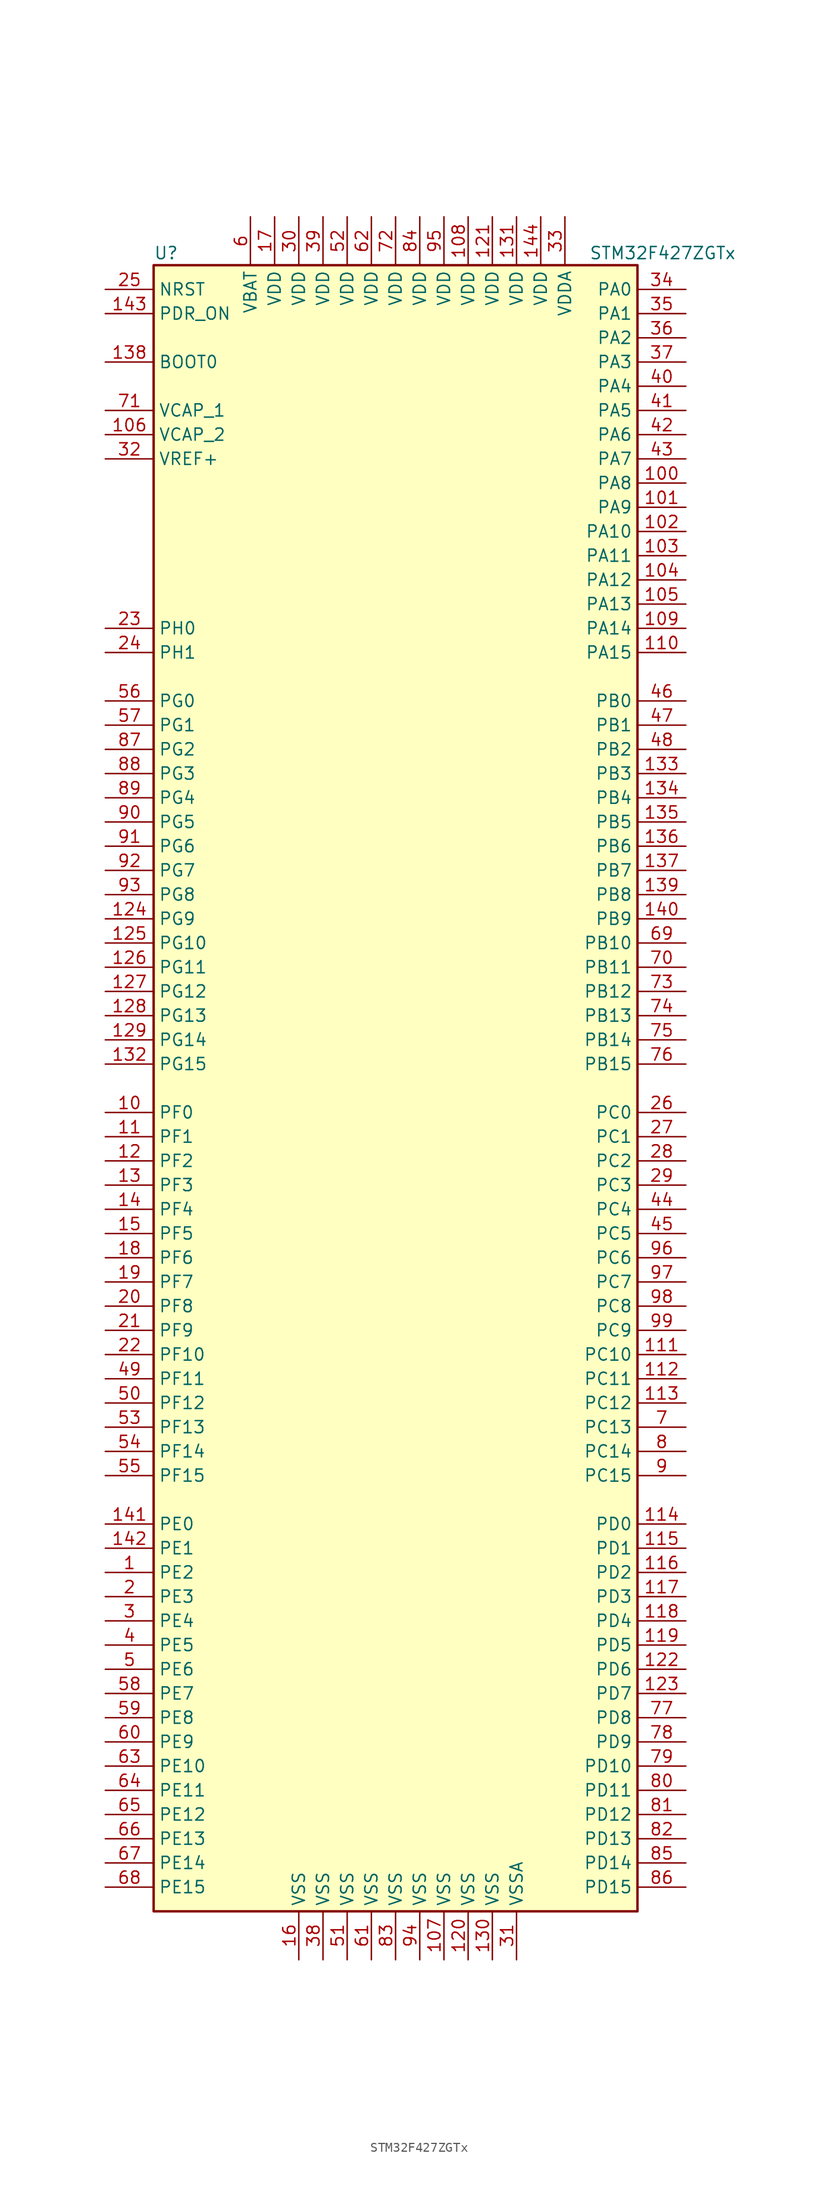
<source format=kicad_sym>
(kicad_symbol_lib
  (version 20201005)
  (generator kicad_symbol_editor)
  (symbol "STM32F427ZGTx"
    (property "Reference" "U"
      (at -25.4 87.63 0)
      (effects (font (size 1.27 1.27)) (justify left)))
    (property "Value" "STM32F427ZGTx"
      (at 20.32 87.63 0)
      (effects (font (size 1.27 1.27)) (justify left)))
    (symbol "STM32F427ZGTx_0_1"
      (rectangle (start -25.4 -86.36) (end 25.4 86.36) (stroke (width 0.254)) (fill (type background))))
    (symbol "STM32F427ZGTx_1_1"
      (pin bidirectional line (at -30.48 -50.8 0) (length 5.08) (name "PE2" (effects (font (size 1.27 1.27)))) (number "1" (effects (font (size 1.27 1.27)))))
      (pin bidirectional line (at -30.48 -2.54 0) (length 5.08) (name "PF0" (effects (font (size 1.27 1.27)))) (number "10" (effects (font (size 1.27 1.27)))))
      (pin bidirectional line (at 30.48 63.5 180) (length 5.08) (name "PA8" (effects (font (size 1.27 1.27)))) (number "100" (effects (font (size 1.27 1.27)))))
      (pin bidirectional line (at 30.48 60.96 180) (length 5.08) (name "PA9" (effects (font (size 1.27 1.27)))) (number "101" (effects (font (size 1.27 1.27)))))
      (pin bidirectional line (at 30.48 58.42 180) (length 5.08) (name "PA10" (effects (font (size 1.27 1.27)))) (number "102" (effects (font (size 1.27 1.27)))))
      (pin bidirectional line (at 30.48 55.88 180) (length 5.08) (name "PA11" (effects (font (size 1.27 1.27)))) (number "103" (effects (font (size 1.27 1.27)))))
      (pin bidirectional line (at 30.48 53.34 180) (length 5.08) (name "PA12" (effects (font (size 1.27 1.27)))) (number "104" (effects (font (size 1.27 1.27)))))
      (pin bidirectional line (at 30.48 50.8 180) (length 5.08) (name "PA13" (effects (font (size 1.27 1.27)))) (number "105" (effects (font (size 1.27 1.27)))))
      (pin power_in line (at -30.48 68.58 0) (length 5.08) (name "VCAP_2" (effects (font (size 1.27 1.27)))) (number "106" (effects (font (size 1.27 1.27)))))
      (pin power_in line (at 5.08 -91.44 90) (length 5.08) (name "VSS" (effects (font (size 1.27 1.27)))) (number "107" (effects (font (size 1.27 1.27)))))
      (pin power_in line (at 7.62 91.44 270) (length 5.08) (name "VDD" (effects (font (size 1.27 1.27)))) (number "108" (effects (font (size 1.27 1.27)))))
      (pin bidirectional line (at 30.48 48.26 180) (length 5.08) (name "PA14" (effects (font (size 1.27 1.27)))) (number "109" (effects (font (size 1.27 1.27)))))
      (pin bidirectional line (at -30.48 -5.08 0) (length 5.08) (name "PF1" (effects (font (size 1.27 1.27)))) (number "11" (effects (font (size 1.27 1.27)))))
      (pin bidirectional line (at 30.48 45.72 180) (length 5.08) (name "PA15" (effects (font (size 1.27 1.27)))) (number "110" (effects (font (size 1.27 1.27)))))
      (pin bidirectional line (at 30.48 -27.94 180) (length 5.08) (name "PC10" (effects (font (size 1.27 1.27)))) (number "111" (effects (font (size 1.27 1.27)))))
      (pin bidirectional line (at 30.48 -30.48 180) (length 5.08) (name "PC11" (effects (font (size 1.27 1.27)))) (number "112" (effects (font (size 1.27 1.27)))))
      (pin bidirectional line (at 30.48 -33.02 180) (length 5.08) (name "PC12" (effects (font (size 1.27 1.27)))) (number "113" (effects (font (size 1.27 1.27)))))
      (pin bidirectional line (at 30.48 -45.72 180) (length 5.08) (name "PD0" (effects (font (size 1.27 1.27)))) (number "114" (effects (font (size 1.27 1.27)))))
      (pin bidirectional line (at 30.48 -48.26 180) (length 5.08) (name "PD1" (effects (font (size 1.27 1.27)))) (number "115" (effects (font (size 1.27 1.27)))))
      (pin bidirectional line (at 30.48 -50.8 180) (length 5.08) (name "PD2" (effects (font (size 1.27 1.27)))) (number "116" (effects (font (size 1.27 1.27)))))
      (pin bidirectional line (at 30.48 -53.34 180) (length 5.08) (name "PD3" (effects (font (size 1.27 1.27)))) (number "117" (effects (font (size 1.27 1.27)))))
      (pin bidirectional line (at 30.48 -55.88 180) (length 5.08) (name "PD4" (effects (font (size 1.27 1.27)))) (number "118" (effects (font (size 1.27 1.27)))))
      (pin bidirectional line (at 30.48 -58.42 180) (length 5.08) (name "PD5" (effects (font (size 1.27 1.27)))) (number "119" (effects (font (size 1.27 1.27)))))
      (pin bidirectional line (at -30.48 -7.62 0) (length 5.08) (name "PF2" (effects (font (size 1.27 1.27)))) (number "12" (effects (font (size 1.27 1.27)))))
      (pin power_in line (at 7.62 -91.44 90) (length 5.08) (name "VSS" (effects (font (size 1.27 1.27)))) (number "120" (effects (font (size 1.27 1.27)))))
      (pin power_in line (at 10.16 91.44 270) (length 5.08) (name "VDD" (effects (font (size 1.27 1.27)))) (number "121" (effects (font (size 1.27 1.27)))))
      (pin bidirectional line (at 30.48 -60.96 180) (length 5.08) (name "PD6" (effects (font (size 1.27 1.27)))) (number "122" (effects (font (size 1.27 1.27)))))
      (pin bidirectional line (at 30.48 -63.5 180) (length 5.08) (name "PD7" (effects (font (size 1.27 1.27)))) (number "123" (effects (font (size 1.27 1.27)))))
      (pin bidirectional line (at -30.48 17.78 0) (length 5.08) (name "PG9" (effects (font (size 1.27 1.27)))) (number "124" (effects (font (size 1.27 1.27)))))
      (pin bidirectional line (at -30.48 15.24 0) (length 5.08) (name "PG10" (effects (font (size 1.27 1.27)))) (number "125" (effects (font (size 1.27 1.27)))))
      (pin bidirectional line (at -30.48 12.7 0) (length 5.08) (name "PG11" (effects (font (size 1.27 1.27)))) (number "126" (effects (font (size 1.27 1.27)))))
      (pin bidirectional line (at -30.48 10.16 0) (length 5.08) (name "PG12" (effects (font (size 1.27 1.27)))) (number "127" (effects (font (size 1.27 1.27)))))
      (pin bidirectional line (at -30.48 7.62 0) (length 5.08) (name "PG13" (effects (font (size 1.27 1.27)))) (number "128" (effects (font (size 1.27 1.27)))))
      (pin bidirectional line (at -30.48 5.08 0) (length 5.08) (name "PG14" (effects (font (size 1.27 1.27)))) (number "129" (effects (font (size 1.27 1.27)))))
      (pin bidirectional line (at -30.48 -10.16 0) (length 5.08) (name "PF3" (effects (font (size 1.27 1.27)))) (number "13" (effects (font (size 1.27 1.27)))))
      (pin power_in line (at 10.16 -91.44 90) (length 5.08) (name "VSS" (effects (font (size 1.27 1.27)))) (number "130" (effects (font (size 1.27 1.27)))))
      (pin power_in line (at 12.7 91.44 270) (length 5.08) (name "VDD" (effects (font (size 1.27 1.27)))) (number "131" (effects (font (size 1.27 1.27)))))
      (pin bidirectional line (at -30.48 2.54 0) (length 5.08) (name "PG15" (effects (font (size 1.27 1.27)))) (number "132" (effects (font (size 1.27 1.27)))))
      (pin bidirectional line (at 30.48 33.02 180) (length 5.08) (name "PB3" (effects (font (size 1.27 1.27)))) (number "133" (effects (font (size 1.27 1.27)))))
      (pin bidirectional line (at 30.48 30.48 180) (length 5.08) (name "PB4" (effects (font (size 1.27 1.27)))) (number "134" (effects (font (size 1.27 1.27)))))
      (pin bidirectional line (at 30.48 27.94 180) (length 5.08) (name "PB5" (effects (font (size 1.27 1.27)))) (number "135" (effects (font (size 1.27 1.27)))))
      (pin bidirectional line (at 30.48 25.4 180) (length 5.08) (name "PB6" (effects (font (size 1.27 1.27)))) (number "136" (effects (font (size 1.27 1.27)))))
      (pin bidirectional line (at 30.48 22.86 180) (length 5.08) (name "PB7" (effects (font (size 1.27 1.27)))) (number "137" (effects (font (size 1.27 1.27)))))
      (pin input line (at -30.48 76.2 0) (length 5.08) (name "BOOT0" (effects (font (size 1.27 1.27)))) (number "138" (effects (font (size 1.27 1.27)))))
      (pin bidirectional line (at 30.48 20.32 180) (length 5.08) (name "PB8" (effects (font (size 1.27 1.27)))) (number "139" (effects (font (size 1.27 1.27)))))
      (pin bidirectional line (at -30.48 -12.7 0) (length 5.08) (name "PF4" (effects (font (size 1.27 1.27)))) (number "14" (effects (font (size 1.27 1.27)))))
      (pin bidirectional line (at 30.48 17.78 180) (length 5.08) (name "PB9" (effects (font (size 1.27 1.27)))) (number "140" (effects (font (size 1.27 1.27)))))
      (pin bidirectional line (at -30.48 -45.72 0) (length 5.08) (name "PE0" (effects (font (size 1.27 1.27)))) (number "141" (effects (font (size 1.27 1.27)))))
      (pin bidirectional line (at -30.48 -48.26 0) (length 5.08) (name "PE1" (effects (font (size 1.27 1.27)))) (number "142" (effects (font (size 1.27 1.27)))))
      (pin input line (at -30.48 81.28 0) (length 5.08) (name "PDR_ON" (effects (font (size 1.27 1.27)))) (number "143" (effects (font (size 1.27 1.27)))))
      (pin power_in line (at 15.24 91.44 270) (length 5.08) (name "VDD" (effects (font (size 1.27 1.27)))) (number "144" (effects (font (size 1.27 1.27)))))
      (pin bidirectional line (at -30.48 -15.24 0) (length 5.08) (name "PF5" (effects (font (size 1.27 1.27)))) (number "15" (effects (font (size 1.27 1.27)))))
      (pin power_in line (at -10.16 -91.44 90) (length 5.08) (name "VSS" (effects (font (size 1.27 1.27)))) (number "16" (effects (font (size 1.27 1.27)))))
      (pin power_in line (at -12.7 91.44 270) (length 5.08) (name "VDD" (effects (font (size 1.27 1.27)))) (number "17" (effects (font (size 1.27 1.27)))))
      (pin bidirectional line (at -30.48 -17.78 0) (length 5.08) (name "PF6" (effects (font (size 1.27 1.27)))) (number "18" (effects (font (size 1.27 1.27)))))
      (pin bidirectional line (at -30.48 -20.32 0) (length 5.08) (name "PF7" (effects (font (size 1.27 1.27)))) (number "19" (effects (font (size 1.27 1.27)))))
      (pin bidirectional line (at -30.48 -53.34 0) (length 5.08) (name "PE3" (effects (font (size 1.27 1.27)))) (number "2" (effects (font (size 1.27 1.27)))))
      (pin bidirectional line (at -30.48 -22.86 0) (length 5.08) (name "PF8" (effects (font (size 1.27 1.27)))) (number "20" (effects (font (size 1.27 1.27)))))
      (pin bidirectional line (at -30.48 -25.4 0) (length 5.08) (name "PF9" (effects (font (size 1.27 1.27)))) (number "21" (effects (font (size 1.27 1.27)))))
      (pin bidirectional line (at -30.48 -27.94 0) (length 5.08) (name "PF10" (effects (font (size 1.27 1.27)))) (number "22" (effects (font (size 1.27 1.27)))))
      (pin input line (at -30.48 48.26 0) (length 5.08) (name "PH0" (effects (font (size 1.27 1.27)))) (number "23" (effects (font (size 1.27 1.27)))))
      (pin input line (at -30.48 45.72 0) (length 5.08) (name "PH1" (effects (font (size 1.27 1.27)))) (number "24" (effects (font (size 1.27 1.27)))))
      (pin input line (at -30.48 83.82 0) (length 5.08) (name "NRST" (effects (font (size 1.27 1.27)))) (number "25" (effects (font (size 1.27 1.27)))))
      (pin bidirectional line (at 30.48 -2.54 180) (length 5.08) (name "PC0" (effects (font (size 1.27 1.27)))) (number "26" (effects (font (size 1.27 1.27)))))
      (pin bidirectional line (at 30.48 -5.08 180) (length 5.08) (name "PC1" (effects (font (size 1.27 1.27)))) (number "27" (effects (font (size 1.27 1.27)))))
      (pin bidirectional line (at 30.48 -7.62 180) (length 5.08) (name "PC2" (effects (font (size 1.27 1.27)))) (number "28" (effects (font (size 1.27 1.27)))))
      (pin bidirectional line (at 30.48 -10.16 180) (length 5.08) (name "PC3" (effects (font (size 1.27 1.27)))) (number "29" (effects (font (size 1.27 1.27)))))
      (pin bidirectional line (at -30.48 -55.88 0) (length 5.08) (name "PE4" (effects (font (size 1.27 1.27)))) (number "3" (effects (font (size 1.27 1.27)))))
      (pin power_in line (at -10.16 91.44 270) (length 5.08) (name "VDD" (effects (font (size 1.27 1.27)))) (number "30" (effects (font (size 1.27 1.27)))))
      (pin power_in line (at 12.7 -91.44 90) (length 5.08) (name "VSSA" (effects (font (size 1.27 1.27)))) (number "31" (effects (font (size 1.27 1.27)))))
      (pin power_in line (at -30.48 66.04 0) (length 5.08) (name "VREF+" (effects (font (size 1.27 1.27)))) (number "32" (effects (font (size 1.27 1.27)))))
      (pin power_in line (at 17.78 91.44 270) (length 5.08) (name "VDDA" (effects (font (size 1.27 1.27)))) (number "33" (effects (font (size 1.27 1.27)))))
      (pin bidirectional line (at 30.48 83.82 180) (length 5.08) (name "PA0" (effects (font (size 1.27 1.27)))) (number "34" (effects (font (size 1.27 1.27)))))
      (pin bidirectional line (at 30.48 81.28 180) (length 5.08) (name "PA1" (effects (font (size 1.27 1.27)))) (number "35" (effects (font (size 1.27 1.27)))))
      (pin bidirectional line (at 30.48 78.74 180) (length 5.08) (name "PA2" (effects (font (size 1.27 1.27)))) (number "36" (effects (font (size 1.27 1.27)))))
      (pin bidirectional line (at 30.48 76.2 180) (length 5.08) (name "PA3" (effects (font (size 1.27 1.27)))) (number "37" (effects (font (size 1.27 1.27)))))
      (pin power_in line (at -7.62 -91.44 90) (length 5.08) (name "VSS" (effects (font (size 1.27 1.27)))) (number "38" (effects (font (size 1.27 1.27)))))
      (pin power_in line (at -7.62 91.44 270) (length 5.08) (name "VDD" (effects (font (size 1.27 1.27)))) (number "39" (effects (font (size 1.27 1.27)))))
      (pin bidirectional line (at -30.48 -58.42 0) (length 5.08) (name "PE5" (effects (font (size 1.27 1.27)))) (number "4" (effects (font (size 1.27 1.27)))))
      (pin bidirectional line (at 30.48 73.66 180) (length 5.08) (name "PA4" (effects (font (size 1.27 1.27)))) (number "40" (effects (font (size 1.27 1.27)))))
      (pin bidirectional line (at 30.48 71.12 180) (length 5.08) (name "PA5" (effects (font (size 1.27 1.27)))) (number "41" (effects (font (size 1.27 1.27)))))
      (pin bidirectional line (at 30.48 68.58 180) (length 5.08) (name "PA6" (effects (font (size 1.27 1.27)))) (number "42" (effects (font (size 1.27 1.27)))))
      (pin bidirectional line (at 30.48 66.04 180) (length 5.08) (name "PA7" (effects (font (size 1.27 1.27)))) (number "43" (effects (font (size 1.27 1.27)))))
      (pin bidirectional line (at 30.48 -12.7 180) (length 5.08) (name "PC4" (effects (font (size 1.27 1.27)))) (number "44" (effects (font (size 1.27 1.27)))))
      (pin bidirectional line (at 30.48 -15.24 180) (length 5.08) (name "PC5" (effects (font (size 1.27 1.27)))) (number "45" (effects (font (size 1.27 1.27)))))
      (pin bidirectional line (at 30.48 40.64 180) (length 5.08) (name "PB0" (effects (font (size 1.27 1.27)))) (number "46" (effects (font (size 1.27 1.27)))))
      (pin bidirectional line (at 30.48 38.1 180) (length 5.08) (name "PB1" (effects (font (size 1.27 1.27)))) (number "47" (effects (font (size 1.27 1.27)))))
      (pin bidirectional line (at 30.48 35.56 180) (length 5.08) (name "PB2" (effects (font (size 1.27 1.27)))) (number "48" (effects (font (size 1.27 1.27)))))
      (pin bidirectional line (at -30.48 -30.48 0) (length 5.08) (name "PF11" (effects (font (size 1.27 1.27)))) (number "49" (effects (font (size 1.27 1.27)))))
      (pin bidirectional line (at -30.48 -60.96 0) (length 5.08) (name "PE6" (effects (font (size 1.27 1.27)))) (number "5" (effects (font (size 1.27 1.27)))))
      (pin bidirectional line (at -30.48 -33.02 0) (length 5.08) (name "PF12" (effects (font (size 1.27 1.27)))) (number "50" (effects (font (size 1.27 1.27)))))
      (pin power_in line (at -5.08 -91.44 90) (length 5.08) (name "VSS" (effects (font (size 1.27 1.27)))) (number "51" (effects (font (size 1.27 1.27)))))
      (pin power_in line (at -5.08 91.44 270) (length 5.08) (name "VDD" (effects (font (size 1.27 1.27)))) (number "52" (effects (font (size 1.27 1.27)))))
      (pin bidirectional line (at -30.48 -35.56 0) (length 5.08) (name "PF13" (effects (font (size 1.27 1.27)))) (number "53" (effects (font (size 1.27 1.27)))))
      (pin bidirectional line (at -30.48 -38.1 0) (length 5.08) (name "PF14" (effects (font (size 1.27 1.27)))) (number "54" (effects (font (size 1.27 1.27)))))
      (pin bidirectional line (at -30.48 -40.64 0) (length 5.08) (name "PF15" (effects (font (size 1.27 1.27)))) (number "55" (effects (font (size 1.27 1.27)))))
      (pin bidirectional line (at -30.48 40.64 0) (length 5.08) (name "PG0" (effects (font (size 1.27 1.27)))) (number "56" (effects (font (size 1.27 1.27)))))
      (pin bidirectional line (at -30.48 38.1 0) (length 5.08) (name "PG1" (effects (font (size 1.27 1.27)))) (number "57" (effects (font (size 1.27 1.27)))))
      (pin bidirectional line (at -30.48 -63.5 0) (length 5.08) (name "PE7" (effects (font (size 1.27 1.27)))) (number "58" (effects (font (size 1.27 1.27)))))
      (pin bidirectional line (at -30.48 -66.04 0) (length 5.08) (name "PE8" (effects (font (size 1.27 1.27)))) (number "59" (effects (font (size 1.27 1.27)))))
      (pin power_in line (at -15.24 91.44 270) (length 5.08) (name "VBAT" (effects (font (size 1.27 1.27)))) (number "6" (effects (font (size 1.27 1.27)))))
      (pin bidirectional line (at -30.48 -68.58 0) (length 5.08) (name "PE9" (effects (font (size 1.27 1.27)))) (number "60" (effects (font (size 1.27 1.27)))))
      (pin power_in line (at -2.54 -91.44 90) (length 5.08) (name "VSS" (effects (font (size 1.27 1.27)))) (number "61" (effects (font (size 1.27 1.27)))))
      (pin power_in line (at -2.54 91.44 270) (length 5.08) (name "VDD" (effects (font (size 1.27 1.27)))) (number "62" (effects (font (size 1.27 1.27)))))
      (pin bidirectional line (at -30.48 -71.12 0) (length 5.08) (name "PE10" (effects (font (size 1.27 1.27)))) (number "63" (effects (font (size 1.27 1.27)))))
      (pin bidirectional line (at -30.48 -73.66 0) (length 5.08) (name "PE11" (effects (font (size 1.27 1.27)))) (number "64" (effects (font (size 1.27 1.27)))))
      (pin bidirectional line (at -30.48 -76.2 0) (length 5.08) (name "PE12" (effects (font (size 1.27 1.27)))) (number "65" (effects (font (size 1.27 1.27)))))
      (pin bidirectional line (at -30.48 -78.74 0) (length 5.08) (name "PE13" (effects (font (size 1.27 1.27)))) (number "66" (effects (font (size 1.27 1.27)))))
      (pin bidirectional line (at -30.48 -81.28 0) (length 5.08) (name "PE14" (effects (font (size 1.27 1.27)))) (number "67" (effects (font (size 1.27 1.27)))))
      (pin bidirectional line (at -30.48 -83.82 0) (length 5.08) (name "PE15" (effects (font (size 1.27 1.27)))) (number "68" (effects (font (size 1.27 1.27)))))
      (pin bidirectional line (at 30.48 15.24 180) (length 5.08) (name "PB10" (effects (font (size 1.27 1.27)))) (number "69" (effects (font (size 1.27 1.27)))))
      (pin bidirectional line (at 30.48 -35.56 180) (length 5.08) (name "PC13" (effects (font (size 1.27 1.27)))) (number "7" (effects (font (size 1.27 1.27)))))
      (pin bidirectional line (at 30.48 12.7 180) (length 5.08) (name "PB11" (effects (font (size 1.27 1.27)))) (number "70" (effects (font (size 1.27 1.27)))))
      (pin power_in line (at -30.48 71.12 0) (length 5.08) (name "VCAP_1" (effects (font (size 1.27 1.27)))) (number "71" (effects (font (size 1.27 1.27)))))
      (pin power_in line (at 0 91.44 270) (length 5.08) (name "VDD" (effects (font (size 1.27 1.27)))) (number "72" (effects (font (size 1.27 1.27)))))
      (pin bidirectional line (at 30.48 10.16 180) (length 5.08) (name "PB12" (effects (font (size 1.27 1.27)))) (number "73" (effects (font (size 1.27 1.27)))))
      (pin bidirectional line (at 30.48 7.62 180) (length 5.08) (name "PB13" (effects (font (size 1.27 1.27)))) (number "74" (effects (font (size 1.27 1.27)))))
      (pin bidirectional line (at 30.48 5.08 180) (length 5.08) (name "PB14" (effects (font (size 1.27 1.27)))) (number "75" (effects (font (size 1.27 1.27)))))
      (pin bidirectional line (at 30.48 2.54 180) (length 5.08) (name "PB15" (effects (font (size 1.27 1.27)))) (number "76" (effects (font (size 1.27 1.27)))))
      (pin bidirectional line (at 30.48 -66.04 180) (length 5.08) (name "PD8" (effects (font (size 1.27 1.27)))) (number "77" (effects (font (size 1.27 1.27)))))
      (pin bidirectional line (at 30.48 -68.58 180) (length 5.08) (name "PD9" (effects (font (size 1.27 1.27)))) (number "78" (effects (font (size 1.27 1.27)))))
      (pin bidirectional line (at 30.48 -71.12 180) (length 5.08) (name "PD10" (effects (font (size 1.27 1.27)))) (number "79" (effects (font (size 1.27 1.27)))))
      (pin bidirectional line (at 30.48 -38.1 180) (length 5.08) (name "PC14" (effects (font (size 1.27 1.27)))) (number "8" (effects (font (size 1.27 1.27)))))
      (pin bidirectional line (at 30.48 -73.66 180) (length 5.08) (name "PD11" (effects (font (size 1.27 1.27)))) (number "80" (effects (font (size 1.27 1.27)))))
      (pin bidirectional line (at 30.48 -76.2 180) (length 5.08) (name "PD12" (effects (font (size 1.27 1.27)))) (number "81" (effects (font (size 1.27 1.27)))))
      (pin bidirectional line (at 30.48 -78.74 180) (length 5.08) (name "PD13" (effects (font (size 1.27 1.27)))) (number "82" (effects (font (size 1.27 1.27)))))
      (pin power_in line (at 0 -91.44 90) (length 5.08) (name "VSS" (effects (font (size 1.27 1.27)))) (number "83" (effects (font (size 1.27 1.27)))))
      (pin power_in line (at 2.54 91.44 270) (length 5.08) (name "VDD" (effects (font (size 1.27 1.27)))) (number "84" (effects (font (size 1.27 1.27)))))
      (pin bidirectional line (at 30.48 -81.28 180) (length 5.08) (name "PD14" (effects (font (size 1.27 1.27)))) (number "85" (effects (font (size 1.27 1.27)))))
      (pin bidirectional line (at 30.48 -83.82 180) (length 5.08) (name "PD15" (effects (font (size 1.27 1.27)))) (number "86" (effects (font (size 1.27 1.27)))))
      (pin bidirectional line (at -30.48 35.56 0) (length 5.08) (name "PG2" (effects (font (size 1.27 1.27)))) (number "87" (effects (font (size 1.27 1.27)))))
      (pin bidirectional line (at -30.48 33.02 0) (length 5.08) (name "PG3" (effects (font (size 1.27 1.27)))) (number "88" (effects (font (size 1.27 1.27)))))
      (pin bidirectional line (at -30.48 30.48 0) (length 5.08) (name "PG4" (effects (font (size 1.27 1.27)))) (number "89" (effects (font (size 1.27 1.27)))))
      (pin bidirectional line (at 30.48 -40.64 180) (length 5.08) (name "PC15" (effects (font (size 1.27 1.27)))) (number "9" (effects (font (size 1.27 1.27)))))
      (pin bidirectional line (at -30.48 27.94 0) (length 5.08) (name "PG5" (effects (font (size 1.27 1.27)))) (number "90" (effects (font (size 1.27 1.27)))))
      (pin bidirectional line (at -30.48 25.4 0) (length 5.08) (name "PG6" (effects (font (size 1.27 1.27)))) (number "91" (effects (font (size 1.27 1.27)))))
      (pin bidirectional line (at -30.48 22.86 0) (length 5.08) (name "PG7" (effects (font (size 1.27 1.27)))) (number "92" (effects (font (size 1.27 1.27)))))
      (pin bidirectional line (at -30.48 20.32 0) (length 5.08) (name "PG8" (effects (font (size 1.27 1.27)))) (number "93" (effects (font (size 1.27 1.27)))))
      (pin power_in line (at 2.54 -91.44 90) (length 5.08) (name "VSS" (effects (font (size 1.27 1.27)))) (number "94" (effects (font (size 1.27 1.27)))))
      (pin power_in line (at 5.08 91.44 270) (length 5.08) (name "VDD" (effects (font (size 1.27 1.27)))) (number "95" (effects (font (size 1.27 1.27)))))
      (pin bidirectional line (at 30.48 -17.78 180) (length 5.08) (name "PC6" (effects (font (size 1.27 1.27)))) (number "96" (effects (font (size 1.27 1.27)))))
      (pin bidirectional line (at 30.48 -20.32 180) (length 5.08) (name "PC7" (effects (font (size 1.27 1.27)))) (number "97" (effects (font (size 1.27 1.27)))))
      (pin bidirectional line (at 30.48 -22.86 180) (length 5.08) (name "PC8" (effects (font (size 1.27 1.27)))) (number "98" (effects (font (size 1.27 1.27)))))
      (pin bidirectional line (at 30.48 -25.4 180) (length 5.08) (name "PC9" (effects (font (size 1.27 1.27)))) (number "99" (effects (font (size 1.27 1.27))))))))
</source>
